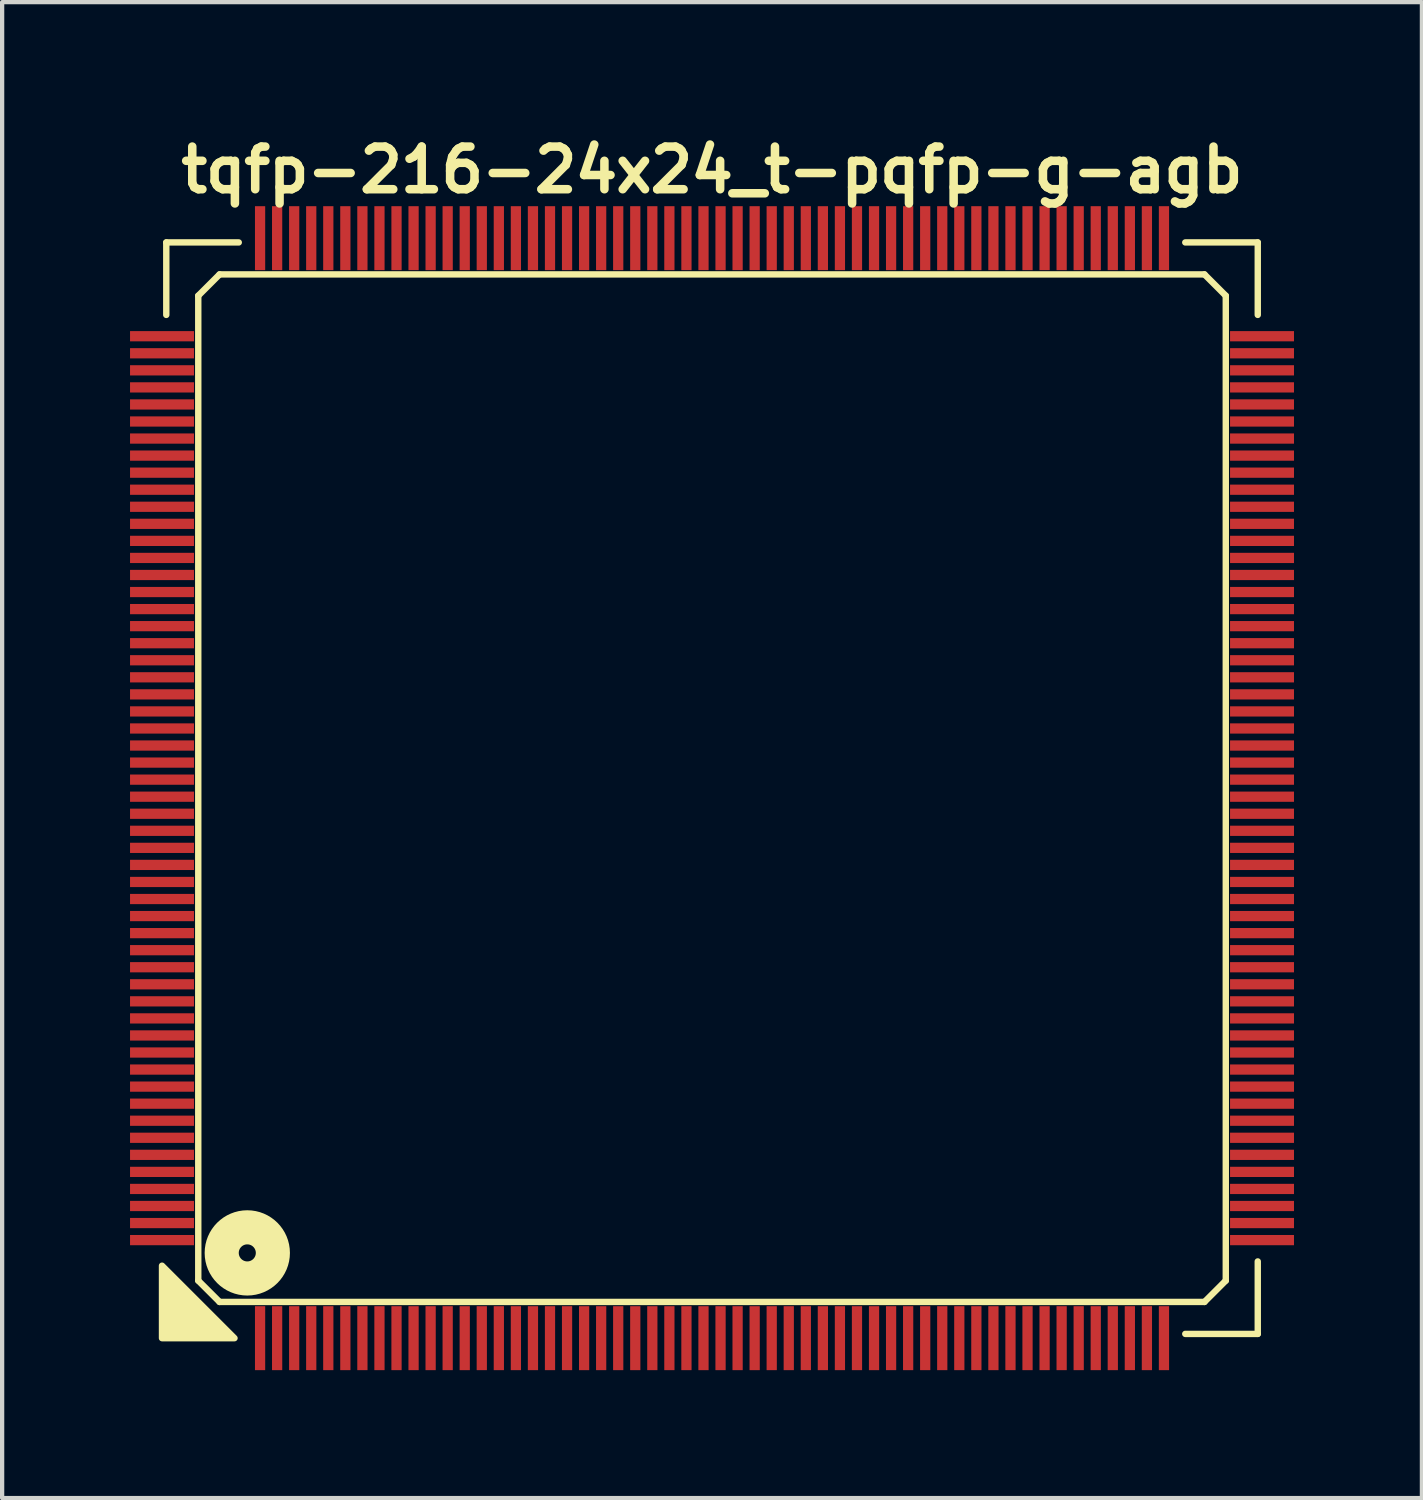
<source format=kicad_pcb>
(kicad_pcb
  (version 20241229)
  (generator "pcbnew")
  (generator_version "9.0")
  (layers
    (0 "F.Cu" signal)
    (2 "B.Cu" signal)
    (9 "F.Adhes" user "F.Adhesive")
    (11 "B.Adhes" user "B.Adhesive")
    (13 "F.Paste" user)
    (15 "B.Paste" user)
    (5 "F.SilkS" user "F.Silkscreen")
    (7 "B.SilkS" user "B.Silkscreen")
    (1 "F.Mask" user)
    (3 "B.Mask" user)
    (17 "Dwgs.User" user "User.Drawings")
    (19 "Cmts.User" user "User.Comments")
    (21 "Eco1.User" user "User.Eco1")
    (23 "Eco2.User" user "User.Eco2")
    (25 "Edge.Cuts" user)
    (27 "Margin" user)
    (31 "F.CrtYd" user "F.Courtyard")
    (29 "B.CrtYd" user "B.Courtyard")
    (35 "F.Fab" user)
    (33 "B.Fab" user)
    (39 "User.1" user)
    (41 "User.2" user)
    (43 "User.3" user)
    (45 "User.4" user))
  (footprint "tqfp-216-24x24_t-pqfp-g-agb"
    (layer "F.Cu")
    (at 13.65 15.436)
    (property "Reference" "tqfp-216-24x24_t-pqfp-g-agb" (at 0 -14.5 0) (layer "F.SilkS") (effects (font (size 1 1) (thickness 0.2))))
    (attr smd)
    (fp_line (start -12.8 -12.8) (end -11.1 -12.8) (stroke (width 0.15) (type solid)) (layer "F.SilkS"))
    (fp_line (start -12.8 -11.1) (end -12.8 -12.8) (stroke (width 0.15) (type solid)) (layer "F.SilkS"))
    (fp_line (start -12.05 -11.55) (end -11.55 -12.05) (stroke (width 0.15) (type solid)) (layer "F.SilkS"))
    (fp_line (start -12.05 11.55) (end -12.05 -11.55) (stroke (width 0.15) (type solid)) (layer "F.SilkS"))
    (fp_line (start -11.55 -12.05) (end 11.55 -12.05) (stroke (width 0.15) (type solid)) (layer "F.SilkS"))
    (fp_line (start -11.55 12.05) (end -12.05 11.55) (stroke (width 0.15) (type solid)) (layer "F.SilkS"))
    (fp_line (start 11.1 -12.8) (end 12.8 -12.8) (stroke (width 0.15) (type solid)) (layer "F.SilkS"))
    (fp_line (start 11.55 -12.05) (end 12.05 -11.55) (stroke (width 0.15) (type solid)) (layer "F.SilkS"))
    (fp_line (start 11.55 12.05) (end -11.55 12.05) (stroke (width 0.15) (type solid)) (layer "F.SilkS"))
    (fp_line (start 12.05 -11.55) (end 12.05 11.55) (stroke (width 0.15) (type solid)) (layer "F.SilkS"))
    (fp_line (start 12.05 11.55) (end 11.55 12.05) (stroke (width 0.15) (type solid)) (layer "F.SilkS"))
    (fp_line (start 12.8 -12.8) (end 12.8 -11.1) (stroke (width 0.15) (type solid)) (layer "F.SilkS"))
    (fp_line (start 12.8 11.1) (end 12.8 12.8) (stroke (width 0.15) (type solid)) (layer "F.SilkS"))
    (fp_line (start 12.8 12.8) (end 11.1 12.8) (stroke (width 0.15) (type solid)) (layer "F.SilkS"))
    (fp_circle (center -10.9 10.9) (end -10.7 10.9) (stroke (width 0.8) (type solid)) (fill no) (layer "F.SilkS"))
    (fp_poly (pts (xy -11.2 12.9) (xy -12.9 12.9) (xy -12.9 11.2)) (stroke (width 0.15) (type solid)) (fill yes) (layer "F.SilkS"))
    (pad "1" smd rect (at -10.6 12.9) (size 0.24 1.5) (layers "F.Cu" "F.Mask" "F.Paste"))
    (pad "2" smd rect (at -10.2 12.9) (size 0.24 1.5) (layers "F.Cu" "F.Mask" "F.Paste"))
    (pad "3" smd rect (at -9.8 12.9) (size 0.24 1.5) (layers "F.Cu" "F.Mask" "F.Paste"))
    (pad "4" smd rect (at -9.4 12.9) (size 0.24 1.5) (layers "F.Cu" "F.Mask" "F.Paste"))
    (pad "5" smd rect (at -9 12.9) (size 0.24 1.5) (layers "F.Cu" "F.Mask" "F.Paste"))
    (pad "6" smd rect (at -8.6 12.9) (size 0.24 1.5) (layers "F.Cu" "F.Mask" "F.Paste"))
    (pad "7" smd rect (at -8.2 12.9) (size 0.24 1.5) (layers "F.Cu" "F.Mask" "F.Paste"))
    (pad "8" smd rect (at -7.8 12.9) (size 0.24 1.5) (layers "F.Cu" "F.Mask" "F.Paste"))
    (pad "9" smd rect (at -7.4 12.9) (size 0.24 1.5) (layers "F.Cu" "F.Mask" "F.Paste"))
    (pad "10" smd rect (at -7 12.9) (size 0.24 1.5) (layers "F.Cu" "F.Mask" "F.Paste"))
    (pad "11" smd rect (at -6.6 12.9) (size 0.24 1.5) (layers "F.Cu" "F.Mask" "F.Paste"))
    (pad "12" smd rect (at -6.2 12.9) (size 0.24 1.5) (layers "F.Cu" "F.Mask" "F.Paste"))
    (pad "13" smd rect (at -5.8 12.9) (size 0.24 1.5) (layers "F.Cu" "F.Mask" "F.Paste"))
    (pad "14" smd rect (at -5.4 12.9) (size 0.24 1.5) (layers "F.Cu" "F.Mask" "F.Paste"))
    (pad "15" smd rect (at -5 12.9) (size 0.24 1.5) (layers "F.Cu" "F.Mask" "F.Paste"))
    (pad "16" smd rect (at -4.6 12.9) (size 0.24 1.5) (layers "F.Cu" "F.Mask" "F.Paste"))
    (pad "17" smd rect (at -4.2 12.9) (size 0.24 1.5) (layers "F.Cu" "F.Mask" "F.Paste"))
    (pad "18" smd rect (at -3.8 12.9) (size 0.24 1.5) (layers "F.Cu" "F.Mask" "F.Paste"))
    (pad "19" smd rect (at -3.4 12.9) (size 0.24 1.5) (layers "F.Cu" "F.Mask" "F.Paste"))
    (pad "20" smd rect (at -3 12.9) (size 0.24 1.5) (layers "F.Cu" "F.Mask" "F.Paste"))
    (pad "21" smd rect (at -2.6 12.9) (size 0.24 1.5) (layers "F.Cu" "F.Mask" "F.Paste"))
    (pad "22" smd rect (at -2.2 12.9) (size 0.24 1.5) (layers "F.Cu" "F.Mask" "F.Paste"))
    (pad "23" smd rect (at -1.8 12.9) (size 0.24 1.5) (layers "F.Cu" "F.Mask" "F.Paste"))
    (pad "24" smd rect (at -1.4 12.9) (size 0.24 1.5) (layers "F.Cu" "F.Mask" "F.Paste"))
    (pad "25" smd rect (at -1 12.9) (size 0.24 1.5) (layers "F.Cu" "F.Mask" "F.Paste"))
    (pad "26" smd rect (at -0.6 12.9) (size 0.24 1.5) (layers "F.Cu" "F.Mask" "F.Paste"))
    (pad "27" smd rect (at -0.2 12.9) (size 0.24 1.5) (layers "F.Cu" "F.Mask" "F.Paste"))
    (pad "28" smd rect (at 0.2 12.9) (size 0.24 1.5) (layers "F.Cu" "F.Mask" "F.Paste"))
    (pad "29" smd rect (at 0.6 12.9) (size 0.24 1.5) (layers "F.Cu" "F.Mask" "F.Paste"))
    (pad "30" smd rect (at 1 12.9) (size 0.24 1.5) (layers "F.Cu" "F.Mask" "F.Paste"))
    (pad "31" smd rect (at 1.4 12.9) (size 0.24 1.5) (layers "F.Cu" "F.Mask" "F.Paste"))
    (pad "32" smd rect (at 1.8 12.9) (size 0.24 1.5) (layers "F.Cu" "F.Mask" "F.Paste"))
    (pad "33" smd rect (at 2.2 12.9) (size 0.24 1.5) (layers "F.Cu" "F.Mask" "F.Paste"))
    (pad "34" smd rect (at 2.6 12.9) (size 0.24 1.5) (layers "F.Cu" "F.Mask" "F.Paste"))
    (pad "35" smd rect (at 3 12.9) (size 0.24 1.5) (layers "F.Cu" "F.Mask" "F.Paste"))
    (pad "36" smd rect (at 3.4 12.9) (size 0.24 1.5) (layers "F.Cu" "F.Mask" "F.Paste"))
    (pad "37" smd rect (at 3.8 12.9) (size 0.24 1.5) (layers "F.Cu" "F.Mask" "F.Paste"))
    (pad "38" smd rect (at 4.2 12.9) (size 0.24 1.5) (layers "F.Cu" "F.Mask" "F.Paste"))
    (pad "39" smd rect (at 4.6 12.9) (size 0.24 1.5) (layers "F.Cu" "F.Mask" "F.Paste"))
    (pad "40" smd rect (at 5 12.9) (size 0.24 1.5) (layers "F.Cu" "F.Mask" "F.Paste"))
    (pad "41" smd rect (at 5.4 12.9) (size 0.24 1.5) (layers "F.Cu" "F.Mask" "F.Paste"))
    (pad "42" smd rect (at 5.8 12.9) (size 0.24 1.5) (layers "F.Cu" "F.Mask" "F.Paste"))
    (pad "43" smd rect (at 6.2 12.9) (size 0.24 1.5) (layers "F.Cu" "F.Mask" "F.Paste"))
    (pad "44" smd rect (at 6.6 12.9) (size 0.24 1.5) (layers "F.Cu" "F.Mask" "F.Paste"))
    (pad "45" smd rect (at 7 12.9) (size 0.24 1.5) (layers "F.Cu" "F.Mask" "F.Paste"))
    (pad "46" smd rect (at 7.4 12.9) (size 0.24 1.5) (layers "F.Cu" "F.Mask" "F.Paste"))
    (pad "47" smd rect (at 7.8 12.9) (size 0.24 1.5) (layers "F.Cu" "F.Mask" "F.Paste"))
    (pad "48" smd rect (at 8.2 12.9) (size 0.24 1.5) (layers "F.Cu" "F.Mask" "F.Paste"))
    (pad "49" smd rect (at 8.6 12.9) (size 0.24 1.5) (layers "F.Cu" "F.Mask" "F.Paste"))
    (pad "50" smd rect (at 9 12.9) (size 0.24 1.5) (layers "F.Cu" "F.Mask" "F.Paste"))
    (pad "51" smd rect (at 9.4 12.9) (size 0.24 1.5) (layers "F.Cu" "F.Mask" "F.Paste"))
    (pad "52" smd rect (at 9.8 12.9) (size 0.24 1.5) (layers "F.Cu" "F.Mask" "F.Paste"))
    (pad "53" smd rect (at 10.2 12.9) (size 0.24 1.5) (layers "F.Cu" "F.Mask" "F.Paste"))
    (pad "54" smd rect (at 10.6 12.9) (size 0.24 1.5) (layers "F.Cu" "F.Mask" "F.Paste"))
    (pad "55" smd rect (at 12.9 10.6) (size 1.5 0.24) (layers "F.Cu" "F.Mask" "F.Paste"))
    (pad "56" smd rect (at 12.9 10.2) (size 1.5 0.24) (layers "F.Cu" "F.Mask" "F.Paste"))
    (pad "57" smd rect (at 12.9 9.8) (size 1.5 0.24) (layers "F.Cu" "F.Mask" "F.Paste"))
    (pad "58" smd rect (at 12.9 9.4) (size 1.5 0.24) (layers "F.Cu" "F.Mask" "F.Paste"))
    (pad "59" smd rect (at 12.9 9) (size 1.5 0.24) (layers "F.Cu" "F.Mask" "F.Paste"))
    (pad "60" smd rect (at 12.9 8.6) (size 1.5 0.24) (layers "F.Cu" "F.Mask" "F.Paste"))
    (pad "61" smd rect (at 12.9 8.2) (size 1.5 0.24) (layers "F.Cu" "F.Mask" "F.Paste"))
    (pad "62" smd rect (at 12.9 7.8) (size 1.5 0.24) (layers "F.Cu" "F.Mask" "F.Paste"))
    (pad "63" smd rect (at 12.9 7.4) (size 1.5 0.24) (layers "F.Cu" "F.Mask" "F.Paste"))
    (pad "64" smd rect (at 12.9 7) (size 1.5 0.24) (layers "F.Cu" "F.Mask" "F.Paste"))
    (pad "65" smd rect (at 12.9 6.6) (size 1.5 0.24) (layers "F.Cu" "F.Mask" "F.Paste"))
    (pad "66" smd rect (at 12.9 6.2) (size 1.5 0.24) (layers "F.Cu" "F.Mask" "F.Paste"))
    (pad "67" smd rect (at 12.9 5.8) (size 1.5 0.24) (layers "F.Cu" "F.Mask" "F.Paste"))
    (pad "68" smd rect (at 12.9 5.4) (size 1.5 0.24) (layers "F.Cu" "F.Mask" "F.Paste"))
    (pad "69" smd rect (at 12.9 5) (size 1.5 0.24) (layers "F.Cu" "F.Mask" "F.Paste"))
    (pad "70" smd rect (at 12.9 4.6) (size 1.5 0.24) (layers "F.Cu" "F.Mask" "F.Paste"))
    (pad "71" smd rect (at 12.9 4.2) (size 1.5 0.24) (layers "F.Cu" "F.Mask" "F.Paste"))
    (pad "72" smd rect (at 12.9 3.8) (size 1.5 0.24) (layers "F.Cu" "F.Mask" "F.Paste"))
    (pad "73" smd rect (at 12.9 3.4) (size 1.5 0.24) (layers "F.Cu" "F.Mask" "F.Paste"))
    (pad "74" smd rect (at 12.9 3) (size 1.5 0.24) (layers "F.Cu" "F.Mask" "F.Paste"))
    (pad "75" smd rect (at 12.9 2.6) (size 1.5 0.24) (layers "F.Cu" "F.Mask" "F.Paste"))
    (pad "76" smd rect (at 12.9 2.2) (size 1.5 0.24) (layers "F.Cu" "F.Mask" "F.Paste"))
    (pad "77" smd rect (at 12.9 1.8) (size 1.5 0.24) (layers "F.Cu" "F.Mask" "F.Paste"))
    (pad "78" smd rect (at 12.9 1.4) (size 1.5 0.24) (layers "F.Cu" "F.Mask" "F.Paste"))
    (pad "79" smd rect (at 12.9 1) (size 1.5 0.24) (layers "F.Cu" "F.Mask" "F.Paste"))
    (pad "80" smd rect (at 12.9 0.6) (size 1.5 0.24) (layers "F.Cu" "F.Mask" "F.Paste"))
    (pad "81" smd rect (at 12.9 0.2) (size 1.5 0.24) (layers "F.Cu" "F.Mask" "F.Paste"))
    (pad "82" smd rect (at 12.9 -0.2) (size 1.5 0.24) (layers "F.Cu" "F.Mask" "F.Paste"))
    (pad "83" smd rect (at 12.9 -0.6) (size 1.5 0.24) (layers "F.Cu" "F.Mask" "F.Paste"))
    (pad "84" smd rect (at 12.9 -1) (size 1.5 0.24) (layers "F.Cu" "F.Mask" "F.Paste"))
    (pad "85" smd rect (at 12.9 -1.4) (size 1.5 0.24) (layers "F.Cu" "F.Mask" "F.Paste"))
    (pad "86" smd rect (at 12.9 -1.8) (size 1.5 0.24) (layers "F.Cu" "F.Mask" "F.Paste"))
    (pad "87" smd rect (at 12.9 -2.2) (size 1.5 0.24) (layers "F.Cu" "F.Mask" "F.Paste"))
    (pad "88" smd rect (at 12.9 -2.6) (size 1.5 0.24) (layers "F.Cu" "F.Mask" "F.Paste"))
    (pad "89" smd rect (at 12.9 -3) (size 1.5 0.24) (layers "F.Cu" "F.Mask" "F.Paste"))
    (pad "90" smd rect (at 12.9 -3.4) (size 1.5 0.24) (layers "F.Cu" "F.Mask" "F.Paste"))
    (pad "91" smd rect (at 12.9 -3.8) (size 1.5 0.24) (layers "F.Cu" "F.Mask" "F.Paste"))
    (pad "92" smd rect (at 12.9 -4.2) (size 1.5 0.24) (layers "F.Cu" "F.Mask" "F.Paste"))
    (pad "93" smd rect (at 12.9 -4.6) (size 1.5 0.24) (layers "F.Cu" "F.Mask" "F.Paste"))
    (pad "94" smd rect (at 12.9 -5) (size 1.5 0.24) (layers "F.Cu" "F.Mask" "F.Paste"))
    (pad "95" smd rect (at 12.9 -5.4) (size 1.5 0.24) (layers "F.Cu" "F.Mask" "F.Paste"))
    (pad "96" smd rect (at 12.9 -5.8) (size 1.5 0.24) (layers "F.Cu" "F.Mask" "F.Paste"))
    (pad "97" smd rect (at 12.9 -6.2) (size 1.5 0.24) (layers "F.Cu" "F.Mask" "F.Paste"))
    (pad "98" smd rect (at 12.9 -6.6) (size 1.5 0.24) (layers "F.Cu" "F.Mask" "F.Paste"))
    (pad "99" smd rect (at 12.9 -7) (size 1.5 0.24) (layers "F.Cu" "F.Mask" "F.Paste"))
    (pad "100" smd rect (at 12.9 -7.4) (size 1.5 0.24) (layers "F.Cu" "F.Mask" "F.Paste"))
    (pad "101" smd rect (at 12.9 -7.8) (size 1.5 0.24) (layers "F.Cu" "F.Mask" "F.Paste"))
    (pad "102" smd rect (at 12.9 -8.2) (size 1.5 0.24) (layers "F.Cu" "F.Mask" "F.Paste"))
    (pad "103" smd rect (at 12.9 -8.6) (size 1.5 0.24) (layers "F.Cu" "F.Mask" "F.Paste"))
    (pad "104" smd rect (at 12.9 -9) (size 1.5 0.24) (layers "F.Cu" "F.Mask" "F.Paste"))
    (pad "105" smd rect (at 12.9 -9.4) (size 1.5 0.24) (layers "F.Cu" "F.Mask" "F.Paste"))
    (pad "106" smd rect (at 12.9 -9.8) (size 1.5 0.24) (layers "F.Cu" "F.Mask" "F.Paste"))
    (pad "107" smd rect (at 12.9 -10.2) (size 1.5 0.24) (layers "F.Cu" "F.Mask" "F.Paste"))
    (pad "108" smd rect (at 12.9 -10.6) (size 1.5 0.24) (layers "F.Cu" "F.Mask" "F.Paste"))
    (pad "109" smd rect (at 10.6 -12.9) (size 0.24 1.5) (layers "F.Cu" "F.Mask" "F.Paste"))
    (pad "110" smd rect (at 10.2 -12.9) (size 0.24 1.5) (layers "F.Cu" "F.Mask" "F.Paste"))
    (pad "111" smd rect (at 9.8 -12.9) (size 0.24 1.5) (layers "F.Cu" "F.Mask" "F.Paste"))
    (pad "112" smd rect (at 9.4 -12.9) (size 0.24 1.5) (layers "F.Cu" "F.Mask" "F.Paste"))
    (pad "113" smd rect (at 9 -12.9) (size 0.24 1.5) (layers "F.Cu" "F.Mask" "F.Paste"))
    (pad "114" smd rect (at 8.6 -12.9) (size 0.24 1.5) (layers "F.Cu" "F.Mask" "F.Paste"))
    (pad "115" smd rect (at 8.2 -12.9) (size 0.24 1.5) (layers "F.Cu" "F.Mask" "F.Paste"))
    (pad "116" smd rect (at 7.8 -12.9) (size 0.24 1.5) (layers "F.Cu" "F.Mask" "F.Paste"))
    (pad "117" smd rect (at 7.4 -12.9) (size 0.24 1.5) (layers "F.Cu" "F.Mask" "F.Paste"))
    (pad "118" smd rect (at 7 -12.9) (size 0.24 1.5) (layers "F.Cu" "F.Mask" "F.Paste"))
    (pad "119" smd rect (at 6.6 -12.9) (size 0.24 1.5) (layers "F.Cu" "F.Mask" "F.Paste"))
    (pad "120" smd rect (at 6.2 -12.9) (size 0.24 1.5) (layers "F.Cu" "F.Mask" "F.Paste"))
    (pad "121" smd rect (at 5.8 -12.9) (size 0.24 1.5) (layers "F.Cu" "F.Mask" "F.Paste"))
    (pad "122" smd rect (at 5.4 -12.9) (size 0.24 1.5) (layers "F.Cu" "F.Mask" "F.Paste"))
    (pad "123" smd rect (at 5 -12.9) (size 0.24 1.5) (layers "F.Cu" "F.Mask" "F.Paste"))
    (pad "124" smd rect (at 4.6 -12.9) (size 0.24 1.5) (layers "F.Cu" "F.Mask" "F.Paste"))
    (pad "125" smd rect (at 4.2 -12.9) (size 0.24 1.5) (layers "F.Cu" "F.Mask" "F.Paste"))
    (pad "126" smd rect (at 3.8 -12.9) (size 0.24 1.5) (layers "F.Cu" "F.Mask" "F.Paste"))
    (pad "127" smd rect (at 3.4 -12.9) (size 0.24 1.5) (layers "F.Cu" "F.Mask" "F.Paste"))
    (pad "128" smd rect (at 3 -12.9) (size 0.24 1.5) (layers "F.Cu" "F.Mask" "F.Paste"))
    (pad "129" smd rect (at 2.6 -12.9) (size 0.24 1.5) (layers "F.Cu" "F.Mask" "F.Paste"))
    (pad "130" smd rect (at 2.2 -12.9) (size 0.24 1.5) (layers "F.Cu" "F.Mask" "F.Paste"))
    (pad "131" smd rect (at 1.8 -12.9) (size 0.24 1.5) (layers "F.Cu" "F.Mask" "F.Paste"))
    (pad "132" smd rect (at 1.4 -12.9) (size 0.24 1.5) (layers "F.Cu" "F.Mask" "F.Paste"))
    (pad "133" smd rect (at 1 -12.9) (size 0.24 1.5) (layers "F.Cu" "F.Mask" "F.Paste"))
    (pad "134" smd rect (at 0.6 -12.9) (size 0.24 1.5) (layers "F.Cu" "F.Mask" "F.Paste"))
    (pad "135" smd rect (at 0.2 -12.9) (size 0.24 1.5) (layers "F.Cu" "F.Mask" "F.Paste"))
    (pad "136" smd rect (at -0.2 -12.9) (size 0.24 1.5) (layers "F.Cu" "F.Mask" "F.Paste"))
    (pad "137" smd rect (at -0.6 -12.9) (size 0.24 1.5) (layers "F.Cu" "F.Mask" "F.Paste"))
    (pad "138" smd rect (at -1 -12.9) (size 0.24 1.5) (layers "F.Cu" "F.Mask" "F.Paste"))
    (pad "139" smd rect (at -1.4 -12.9) (size 0.24 1.5) (layers "F.Cu" "F.Mask" "F.Paste"))
    (pad "140" smd rect (at -1.8 -12.9) (size 0.24 1.5) (layers "F.Cu" "F.Mask" "F.Paste"))
    (pad "141" smd rect (at -2.2 -12.9) (size 0.24 1.5) (layers "F.Cu" "F.Mask" "F.Paste"))
    (pad "142" smd rect (at -2.6 -12.9) (size 0.24 1.5) (layers "F.Cu" "F.Mask" "F.Paste"))
    (pad "143" smd rect (at -3 -12.9) (size 0.24 1.5) (layers "F.Cu" "F.Mask" "F.Paste"))
    (pad "144" smd rect (at -3.4 -12.9) (size 0.24 1.5) (layers "F.Cu" "F.Mask" "F.Paste"))
    (pad "145" smd rect (at -3.8 -12.9) (size 0.24 1.5) (layers "F.Cu" "F.Mask" "F.Paste"))
    (pad "146" smd rect (at -4.2 -12.9) (size 0.24 1.5) (layers "F.Cu" "F.Mask" "F.Paste"))
    (pad "147" smd rect (at -4.6 -12.9) (size 0.24 1.5) (layers "F.Cu" "F.Mask" "F.Paste"))
    (pad "148" smd rect (at -5 -12.9) (size 0.24 1.5) (layers "F.Cu" "F.Mask" "F.Paste"))
    (pad "149" smd rect (at -5.4 -12.9) (size 0.24 1.5) (layers "F.Cu" "F.Mask" "F.Paste"))
    (pad "150" smd rect (at -5.8 -12.9) (size 0.24 1.5) (layers "F.Cu" "F.Mask" "F.Paste"))
    (pad "151" smd rect (at -6.2 -12.9) (size 0.24 1.5) (layers "F.Cu" "F.Mask" "F.Paste"))
    (pad "152" smd rect (at -6.6 -12.9) (size 0.24 1.5) (layers "F.Cu" "F.Mask" "F.Paste"))
    (pad "153" smd rect (at -7 -12.9) (size 0.24 1.5) (layers "F.Cu" "F.Mask" "F.Paste"))
    (pad "154" smd rect (at -7.4 -12.9) (size 0.24 1.5) (layers "F.Cu" "F.Mask" "F.Paste"))
    (pad "155" smd rect (at -7.8 -12.9) (size 0.24 1.5) (layers "F.Cu" "F.Mask" "F.Paste"))
    (pad "156" smd rect (at -8.2 -12.9) (size 0.24 1.5) (layers "F.Cu" "F.Mask" "F.Paste"))
    (pad "157" smd rect (at -8.6 -12.9) (size 0.24 1.5) (layers "F.Cu" "F.Mask" "F.Paste"))
    (pad "158" smd rect (at -9 -12.9) (size 0.24 1.5) (layers "F.Cu" "F.Mask" "F.Paste"))
    (pad "159" smd rect (at -9.4 -12.9) (size 0.24 1.5) (layers "F.Cu" "F.Mask" "F.Paste"))
    (pad "160" smd rect (at -9.8 -12.9) (size 0.24 1.5) (layers "F.Cu" "F.Mask" "F.Paste"))
    (pad "161" smd rect (at -10.2 -12.9) (size 0.24 1.5) (layers "F.Cu" "F.Mask" "F.Paste"))
    (pad "162" smd rect (at -10.6 -12.9) (size 0.24 1.5) (layers "F.Cu" "F.Mask" "F.Paste"))
    (pad "163" smd rect (at -12.9 -10.6) (size 1.5 0.24) (layers "F.Cu" "F.Mask" "F.Paste"))
    (pad "164" smd rect (at -12.9 -10.2) (size 1.5 0.24) (layers "F.Cu" "F.Mask" "F.Paste"))
    (pad "165" smd rect (at -12.9 -9.8) (size 1.5 0.24) (layers "F.Cu" "F.Mask" "F.Paste"))
    (pad "166" smd rect (at -12.9 -9.4) (size 1.5 0.24) (layers "F.Cu" "F.Mask" "F.Paste"))
    (pad "167" smd rect (at -12.9 -9) (size 1.5 0.24) (layers "F.Cu" "F.Mask" "F.Paste"))
    (pad "168" smd rect (at -12.9 -8.6) (size 1.5 0.24) (layers "F.Cu" "F.Mask" "F.Paste"))
    (pad "169" smd rect (at -12.9 -8.2) (size 1.5 0.24) (layers "F.Cu" "F.Mask" "F.Paste"))
    (pad "170" smd rect (at -12.9 -7.8) (size 1.5 0.24) (layers "F.Cu" "F.Mask" "F.Paste"))
    (pad "171" smd rect (at -12.9 -7.4) (size 1.5 0.24) (layers "F.Cu" "F.Mask" "F.Paste"))
    (pad "172" smd rect (at -12.9 -7) (size 1.5 0.24) (layers "F.Cu" "F.Mask" "F.Paste"))
    (pad "173" smd rect (at -12.9 -6.6) (size 1.5 0.24) (layers "F.Cu" "F.Mask" "F.Paste"))
    (pad "174" smd rect (at -12.9 -6.2) (size 1.5 0.24) (layers "F.Cu" "F.Mask" "F.Paste"))
    (pad "175" smd rect (at -12.9 -5.8) (size 1.5 0.24) (layers "F.Cu" "F.Mask" "F.Paste"))
    (pad "176" smd rect (at -12.9 -5.4) (size 1.5 0.24) (layers "F.Cu" "F.Mask" "F.Paste"))
    (pad "177" smd rect (at -12.9 -5) (size 1.5 0.24) (layers "F.Cu" "F.Mask" "F.Paste"))
    (pad "178" smd rect (at -12.9 -4.6) (size 1.5 0.24) (layers "F.Cu" "F.Mask" "F.Paste"))
    (pad "179" smd rect (at -12.9 -4.2) (size 1.5 0.24) (layers "F.Cu" "F.Mask" "F.Paste"))
    (pad "180" smd rect (at -12.9 -3.8) (size 1.5 0.24) (layers "F.Cu" "F.Mask" "F.Paste"))
    (pad "181" smd rect (at -12.9 -3.4) (size 1.5 0.24) (layers "F.Cu" "F.Mask" "F.Paste"))
    (pad "182" smd rect (at -12.9 -3) (size 1.5 0.24) (layers "F.Cu" "F.Mask" "F.Paste"))
    (pad "183" smd rect (at -12.9 -2.6) (size 1.5 0.24) (layers "F.Cu" "F.Mask" "F.Paste"))
    (pad "184" smd rect (at -12.9 -2.2) (size 1.5 0.24) (layers "F.Cu" "F.Mask" "F.Paste"))
    (pad "185" smd rect (at -12.9 -1.8) (size 1.5 0.24) (layers "F.Cu" "F.Mask" "F.Paste"))
    (pad "186" smd rect (at -12.9 -1.4) (size 1.5 0.24) (layers "F.Cu" "F.Mask" "F.Paste"))
    (pad "187" smd rect (at -12.9 -1) (size 1.5 0.24) (layers "F.Cu" "F.Mask" "F.Paste"))
    (pad "188" smd rect (at -12.9 -0.6) (size 1.5 0.24) (layers "F.Cu" "F.Mask" "F.Paste"))
    (pad "189" smd rect (at -12.9 -0.2) (size 1.5 0.24) (layers "F.Cu" "F.Mask" "F.Paste"))
    (pad "190" smd rect (at -12.9 0.2) (size 1.5 0.24) (layers "F.Cu" "F.Mask" "F.Paste"))
    (pad "191" smd rect (at -12.9 0.6) (size 1.5 0.24) (layers "F.Cu" "F.Mask" "F.Paste"))
    (pad "192" smd rect (at -12.9 1) (size 1.5 0.24) (layers "F.Cu" "F.Mask" "F.Paste"))
    (pad "193" smd rect (at -12.9 1.4) (size 1.5 0.24) (layers "F.Cu" "F.Mask" "F.Paste"))
    (pad "194" smd rect (at -12.9 1.8) (size 1.5 0.24) (layers "F.Cu" "F.Mask" "F.Paste"))
    (pad "195" smd rect (at -12.9 2.2) (size 1.5 0.24) (layers "F.Cu" "F.Mask" "F.Paste"))
    (pad "196" smd rect (at -12.9 2.6) (size 1.5 0.24) (layers "F.Cu" "F.Mask" "F.Paste"))
    (pad "197" smd rect (at -12.9 3) (size 1.5 0.24) (layers "F.Cu" "F.Mask" "F.Paste"))
    (pad "198" smd rect (at -12.9 3.4) (size 1.5 0.24) (layers "F.Cu" "F.Mask" "F.Paste"))
    (pad "199" smd rect (at -12.9 3.8) (size 1.5 0.24) (layers "F.Cu" "F.Mask" "F.Paste"))
    (pad "200" smd rect (at -12.9 4.2) (size 1.5 0.24) (layers "F.Cu" "F.Mask" "F.Paste"))
    (pad "201" smd rect (at -12.9 4.6) (size 1.5 0.24) (layers "F.Cu" "F.Mask" "F.Paste"))
    (pad "202" smd rect (at -12.9 5) (size 1.5 0.24) (layers "F.Cu" "F.Mask" "F.Paste"))
    (pad "203" smd rect (at -12.9 5.4) (size 1.5 0.24) (layers "F.Cu" "F.Mask" "F.Paste"))
    (pad "204" smd rect (at -12.9 5.8) (size 1.5 0.24) (layers "F.Cu" "F.Mask" "F.Paste"))
    (pad "205" smd rect (at -12.9 6.2) (size 1.5 0.24) (layers "F.Cu" "F.Mask" "F.Paste"))
    (pad "206" smd rect (at -12.9 6.6) (size 1.5 0.24) (layers "F.Cu" "F.Mask" "F.Paste"))
    (pad "207" smd rect (at -12.9 7) (size 1.5 0.24) (layers "F.Cu" "F.Mask" "F.Paste"))
    (pad "208" smd rect (at -12.9 7.4) (size 1.5 0.24) (layers "F.Cu" "F.Mask" "F.Paste"))
    (pad "209" smd rect (at -12.9 7.8) (size 1.5 0.24) (layers "F.Cu" "F.Mask" "F.Paste"))
    (pad "210" smd rect (at -12.9 8.2) (size 1.5 0.24) (layers "F.Cu" "F.Mask" "F.Paste"))
    (pad "211" smd rect (at -12.9 8.6) (size 1.5 0.24) (layers "F.Cu" "F.Mask" "F.Paste"))
    (pad "212" smd rect (at -12.9 9) (size 1.5 0.24) (layers "F.Cu" "F.Mask" "F.Paste"))
    (pad "213" smd rect (at -12.9 9.4) (size 1.5 0.24) (layers "F.Cu" "F.Mask" "F.Paste"))
    (pad "214" smd rect (at -12.9 9.8) (size 1.5 0.24) (layers "F.Cu" "F.Mask" "F.Paste"))
    (pad "215" smd rect (at -12.9 10.2) (size 1.5 0.24) (layers "F.Cu" "F.Mask" "F.Paste"))
    (pad "216" smd rect (at -12.9 10.6) (size 1.5 0.24) (layers "F.Cu" "F.Mask" "F.Paste")))
  (gr_rect
    (start -3 -3)
    (end 30.3 32.086)
    (stroke (width 0.1) (type default))
    (fill no)
    (layer "Edge.Cuts")))
</source>
